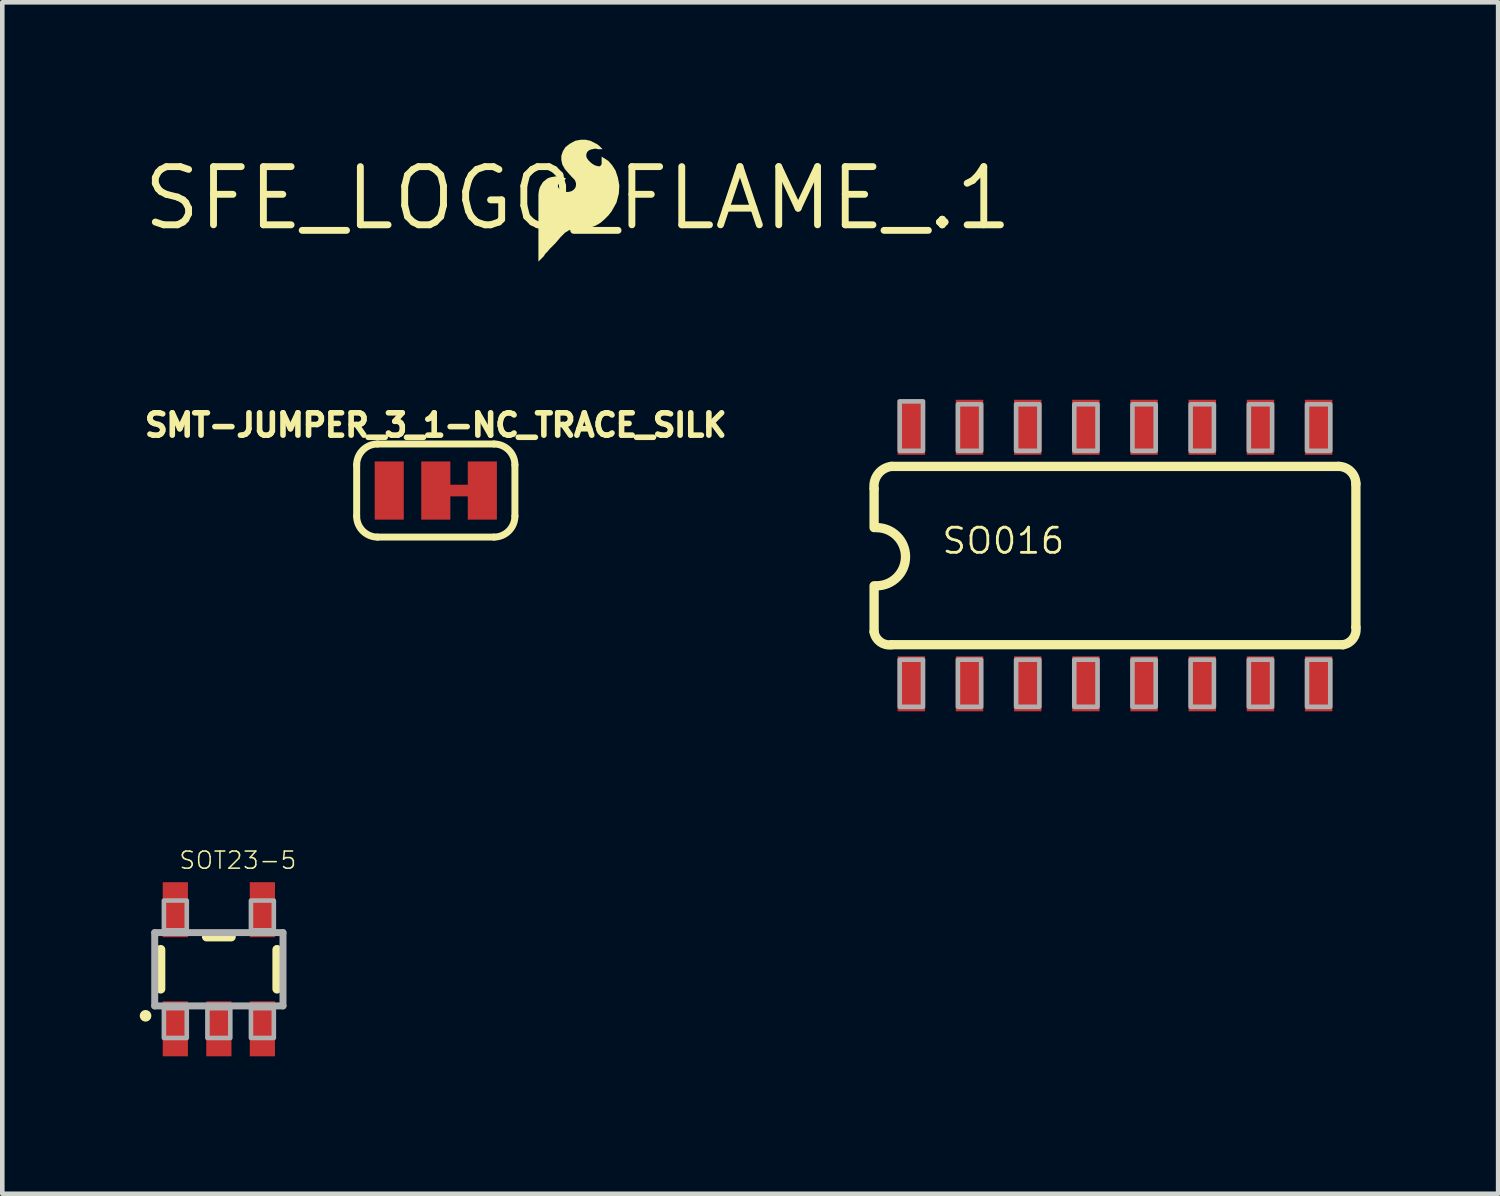
<source format=kicad_pcb>
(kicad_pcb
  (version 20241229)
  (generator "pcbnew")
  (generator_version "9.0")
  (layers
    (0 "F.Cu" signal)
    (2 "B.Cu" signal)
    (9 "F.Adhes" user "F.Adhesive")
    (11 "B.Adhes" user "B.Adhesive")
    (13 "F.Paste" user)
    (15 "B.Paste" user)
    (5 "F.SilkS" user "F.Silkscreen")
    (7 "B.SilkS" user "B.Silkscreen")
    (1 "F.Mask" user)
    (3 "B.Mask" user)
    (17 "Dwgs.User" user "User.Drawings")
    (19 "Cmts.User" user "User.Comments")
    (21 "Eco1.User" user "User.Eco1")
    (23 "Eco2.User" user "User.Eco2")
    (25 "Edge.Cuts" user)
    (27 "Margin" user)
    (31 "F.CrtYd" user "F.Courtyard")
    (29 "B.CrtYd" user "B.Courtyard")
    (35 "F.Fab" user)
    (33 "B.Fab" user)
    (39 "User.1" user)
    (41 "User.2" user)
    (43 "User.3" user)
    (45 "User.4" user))
  (footprint "SFE_LOGO_FLAME_.1"
    (layer "F.Cu")
    (at 9.563 1.277)
    (property "Reference" "SFE_LOGO_FLAME_.1" (at 0 0 0) (layer "F.SilkS") (effects (font (size 1.27 1.27) (thickness 0.15))))
    (fp_poly (pts (xy 0.27 -1.255) (xy 0.417 -1.182) (xy 0.462 -1.148) (xy 0.539 -1.071) (xy 0.428 -1.071) (xy 0.408 -1.081) (xy 0.362 -1.081) (xy 0.325 -1.072) (xy 0.279 -1.063) (xy 0.247 -1.046) (xy 0.215 -1.022) (xy 0.2 -1) (xy 0.192 -0.984) (xy 0.185 -0.963) (xy 0.185 -0.914) (xy 0.192 -0.885) (xy 0.227 -0.833) (xy 0.282 -0.778) (xy 0.319 -0.75) (xy 0.346 -0.732) (xy 0.38 -0.715) (xy 0.452 -0.697) (xy 0.471 -0.697) (xy 0.486 -0.702) (xy 0.506 -0.722) (xy 0.512 -0.734) (xy 0.519 -0.755) (xy 0.519 -0.908) (xy 0.662 -0.818) (xy 0.748 -0.722) (xy 0.822 -0.605) (xy 0.874 -0.449) (xy 0.905 -0.281) (xy 0.895 -0.103) (xy 0.843 0.095) (xy 0.739 0.282) (xy 0.666 0.376) (xy 0.583 0.459) (xy 0.5 0.532) (xy 0.394 0.595) (xy 0.289 0.637) (xy 0.175 0.668) (xy 0.05 0.689) (xy -0.14 0.689) (xy -0.19 0.697) (xy -0.279 0.751) (xy -0.375 0.847) (xy -0.495 0.987) (xy -0.615 1.107) (xy -0.665 1.167) (xy -0.713 1.215) (xy -0.743 1.265) (xy -0.861 1.383) (xy -0.861 -0.081) (xy -0.85 -0.167) (xy -0.828 -0.244) (xy -0.762 -0.354) (xy -0.706 -0.399) (xy -0.662 -0.433) (xy -0.604 -0.456) (xy -0.55 -0.466) (xy -0.486 -0.477) (xy -0.354 -0.477) (xy -0.259 -0.429) (xy -0.31 -0.378) (xy -0.358 -0.354) (xy -0.382 -0.346) (xy -0.43 -0.298) (xy -0.435 -0.283) (xy -0.435 -0.255) (xy -0.428 -0.236) (xy -0.413 -0.213) (xy -0.362 -0.161) (xy -0.322 -0.146) (xy -0.279 -0.137) (xy -0.208 -0.137) (xy -0.139 -0.154) (xy -0.089 -0.187) (xy -0.057 -0.227) (xy -0.041 -0.275) (xy -0.041 -0.332) (xy -0.066 -0.398) (xy -0.131 -0.463) (xy -0.212 -0.554) (xy -0.284 -0.637) (xy -0.339 -0.735) (xy -0.361 -0.835) (xy -0.361 -0.925) (xy -0.328 -1.025) (xy -0.272 -1.115) (xy -0.174 -1.191) (xy -0.056 -1.255) (xy 0.064 -1.277) (xy 0.171 -1.277)) (stroke (width 0) (type default)) (fill yes) (layer "F.SilkS")))
  (footprint "SO016"
    (layer "F.Cu")
    (at 21.287 9.076)
    (property "Reference" "SO016" (at -3.81 0 0) (unlocked yes) (layer "F.SilkS") (effects (font (size 0.549 0.549) (thickness 0.061)) (justify left bottom)))
    (fp_line (start -5.258 -1.453) (end -5.258 -0.61) (stroke (width 0.203) (type solid)) (layer "F.SilkS"))
    (fp_line (start -5.258 1.665) (end -5.258 0.66) (stroke (width 0.203) (type solid)) (layer "F.SilkS"))
    (fp_line (start -4.877 1.946) (end 4.977 1.946) (stroke (width 0.203) (type solid)) (layer "F.SilkS"))
    (fp_line (start 4.877 -1.946) (end -4.877 -1.946) (stroke (width 0.203) (type solid)) (layer "F.SilkS"))
    (fp_line (start 5.258 1.565) (end 5.258 -1.565) (stroke (width 0.203) (type solid)) (layer "F.SilkS"))
    (fp_arc (start -5.2578 -1.4653) (mid -5.166948 -1.784731) (end -4.8768 -1.9463) (stroke (width 0.2032) (type solid)) (layer "F.SilkS"))
    (fp_arc (start -5.207 -0.6096) (mid -4.572 0.0254) (end -5.207 0.6604) (stroke (width 0.2032) (type solid)) (layer "F.SilkS"))
    (fp_arc (start -4.876799 1.946301) (mid -5.12554 1.884767) (end -5.2578 1.6653) (stroke (width 0.2032) (type solid)) (layer "F.SilkS"))
    (fp_arc (start 4.8768 -1.9463) (mid 5.146237 -1.834736) (end 5.2578 -1.565298) (stroke (width 0.2032) (type solid)) (layer "F.SilkS"))
    (fp_arc (start 5.2578 1.5653) (mid 5.196208 1.813997) (end 4.9768 1.9463) (stroke (width 0.2032) (type solid)) (layer "F.SilkS"))
    (fp_poly (pts (xy -4.699 -2.286) (xy -4.191 -2.286) (xy -4.191 -3.365) (xy -4.699 -3.365)) (stroke (width 0.1) (type default)) (fill no) (layer "F.Fab"))
    (fp_poly (pts (xy -4.699 3.302) (xy -4.191 3.302) (xy -4.191 2.273) (xy -4.699 2.273)) (stroke (width 0.1) (type default)) (fill no) (layer "F.Fab"))
    (fp_poly (pts (xy -3.429 -2.286) (xy -2.921 -2.286) (xy -2.921 -3.302) (xy -3.429 -3.302)) (stroke (width 0.1) (type default)) (fill no) (layer "F.Fab"))
    (fp_poly (pts (xy -3.429 3.302) (xy -2.921 3.302) (xy -2.921 2.273) (xy -3.429 2.273)) (stroke (width 0.1) (type default)) (fill no) (layer "F.Fab"))
    (fp_poly (pts (xy -2.159 -2.286) (xy -1.651 -2.286) (xy -1.651 -3.302) (xy -2.159 -3.302)) (stroke (width 0.1) (type default)) (fill no) (layer "F.Fab"))
    (fp_poly (pts (xy -2.159 3.302) (xy -1.651 3.302) (xy -1.651 2.273) (xy -2.159 2.273)) (stroke (width 0.1) (type default)) (fill no) (layer "F.Fab"))
    (fp_poly (pts (xy -0.889 -2.286) (xy -0.381 -2.286) (xy -0.381 -3.302) (xy -0.889 -3.302)) (stroke (width 0.1) (type default)) (fill no) (layer "F.Fab"))
    (fp_poly (pts (xy -0.889 3.302) (xy -0.381 3.302) (xy -0.381 2.273) (xy -0.889 2.273)) (stroke (width 0.1) (type default)) (fill no) (layer "F.Fab"))
    (fp_poly (pts (xy 0.381 -2.286) (xy 0.889 -2.286) (xy 0.889 -3.302) (xy 0.381 -3.302)) (stroke (width 0.1) (type default)) (fill no) (layer "F.Fab"))
    (fp_poly (pts (xy 0.381 3.302) (xy 0.889 3.302) (xy 0.889 2.273) (xy 0.381 2.273)) (stroke (width 0.1) (type default)) (fill no) (layer "F.Fab"))
    (fp_poly (pts (xy 1.651 -2.286) (xy 2.159 -2.286) (xy 2.159 -3.302) (xy 1.651 -3.302)) (stroke (width 0.1) (type default)) (fill no) (layer "F.Fab"))
    (fp_poly (pts (xy 1.651 3.302) (xy 2.159 3.302) (xy 2.159 2.273) (xy 1.651 2.273)) (stroke (width 0.1) (type default)) (fill no) (layer "F.Fab"))
    (fp_poly (pts (xy 2.921 -2.286) (xy 3.429 -2.286) (xy 3.429 -3.302) (xy 2.921 -3.302)) (stroke (width 0.1) (type default)) (fill no) (layer "F.Fab"))
    (fp_poly (pts (xy 2.921 3.302) (xy 3.429 3.302) (xy 3.429 2.273) (xy 2.921 2.273)) (stroke (width 0.1) (type default)) (fill no) (layer "F.Fab"))
    (fp_poly (pts (xy 4.191 -2.286) (xy 4.699 -2.286) (xy 4.699 -3.302) (xy 4.191 -3.302)) (stroke (width 0.1) (type default)) (fill no) (layer "F.Fab"))
    (fp_poly (pts (xy 4.191 3.302) (xy 4.699 3.302) (xy 4.699 2.273) (xy 4.191 2.273)) (stroke (width 0.1) (type default)) (fill no) (layer "F.Fab"))
    (pad "1" smd rect (at -4.445 2.8) (size 0.6 1.2) (layers "F.Cu" "F.Mask" "F.Paste"))
    (pad "2" smd rect (at -3.175 2.8) (size 0.6 1.2) (layers "F.Cu" "F.Mask" "F.Paste"))
    (pad "3" smd rect (at -1.905 2.8) (size 0.6 1.2) (layers "F.Cu" "F.Mask" "F.Paste"))
    (pad "4" smd rect (at -0.635 2.8) (size 0.6 1.2) (layers "F.Cu" "F.Mask" "F.Paste"))
    (pad "5" smd rect (at 0.635 2.8) (size 0.6 1.2) (layers "F.Cu" "F.Mask" "F.Paste"))
    (pad "6" smd rect (at 1.905 2.8) (size 0.6 1.2) (layers "F.Cu" "F.Mask" "F.Paste"))
    (pad "7" smd rect (at 3.175 2.8) (size 0.6 1.2) (layers "F.Cu" "F.Mask" "F.Paste"))
    (pad "8" smd rect (at 4.445 2.8) (size 0.6 1.2) (layers "F.Cu" "F.Mask" "F.Paste"))
    (pad "9" smd rect (at 4.445 -2.8) (size 0.6 1.2) (layers "F.Cu" "F.Mask" "F.Paste"))
    (pad "10" smd rect (at 3.175 -2.8) (size 0.6 1.2) (layers "F.Cu" "F.Mask" "F.Paste"))
    (pad "11" smd rect (at 1.905 -2.8) (size 0.6 1.2) (layers "F.Cu" "F.Mask" "F.Paste"))
    (pad "12" smd rect (at 0.635 -2.8) (size 0.6 1.2) (layers "F.Cu" "F.Mask" "F.Paste"))
    (pad "13" smd rect (at -0.635 -2.8) (size 0.6 1.2) (layers "F.Cu" "F.Mask" "F.Paste"))
    (pad "14" smd rect (at -1.905 -2.8) (size 0.6 1.2) (layers "F.Cu" "F.Mask" "F.Paste"))
    (pad "15" smd rect (at -3.175 -2.8) (size 0.6 1.2) (layers "F.Cu" "F.Mask" "F.Paste"))
    (pad "16" smd rect (at -4.445 -2.8) (size 0.6 1.2) (layers "F.Cu" "F.Mask" "F.Paste")))
  (footprint "SMT-JUMPER_3_1-NC_TRACE_SILK"
    (layer "F.Cu")
    (at 6.462 7.657)
    (property "Reference" "SMT-JUMPER_3_1-NC_TRACE_SILK" (at 0 -1.143 0) (unlocked yes) (layer "F.SilkS") (effects (font (size 0.488 0.488) (thickness 0.122)) (justify bottom)))
    (fp_poly (pts (xy 0.305 0.127) (xy 0.711 0.127) (xy 0.711 -0.127) (xy 0.305 -0.127)) (stroke (width 0) (type default)) (fill yes) (layer "F.Cu"))
    (fp_poly (pts (xy 0.762 0.191) (xy 0.254 0.191) (xy 0.254 -0.191) (xy 0.762 -0.191)) (stroke (width 0) (type default)) (fill yes) (layer "F.Mask"))
    (fp_line (start -1.727 0.559) (end -1.727 -0.559) (stroke (width 0.152) (type solid)) (layer "F.SilkS"))
    (fp_line (start -1.27 -1.016) (end 1.27 -1.016) (stroke (width 0.152) (type solid)) (layer "F.SilkS"))
    (fp_line (start 1.27 1.016) (end -1.27 1.016) (stroke (width 0.152) (type solid)) (layer "F.SilkS"))
    (fp_line (start 1.727 0.559) (end 1.727 -0.559) (stroke (width 0.152) (type solid)) (layer "F.SilkS"))
    (fp_arc (start -1.7272 -0.5588) (mid -1.593289 -0.882089) (end -1.27 -1.016) (stroke (width 0.1524) (type solid)) (layer "F.SilkS"))
    (fp_arc (start -1.27 1.016) (mid -1.593289 0.882089) (end -1.7272 0.5588) (stroke (width 0.1524) (type solid)) (layer "F.SilkS"))
    (fp_arc (start 1.27 -1.016) (mid 1.593289 -0.882089) (end 1.7272 -0.5588) (stroke (width 0.1524) (type solid)) (layer "F.SilkS"))
    (fp_arc (start 1.7272 0.5588) (mid 1.593289 0.882089) (end 1.27 1.016) (stroke (width 0.1524) (type solid)) (layer "F.SilkS"))
    (pad "1" smd rect (at -1.016 0) (size 0.635 1.27) (layers "F.Cu" "F.Mask"))
    (pad "2" smd rect (at 0 0) (size 0.635 1.27) (layers "F.Cu" "F.Mask"))
    (pad "3" smd rect (at 1.016 0) (size 0.635 1.27) (layers "F.Cu" "F.Mask")))
  (footprint "SOT23-5"
    (layer "F.Cu")
    (at 1.727 18.106)
    (property "Reference" "SOT23-5" (at -0.889 -2.159 0) (unlocked yes) (layer "F.SilkS") (effects (font (size 0.374 0.374) (thickness 0.033)) (justify left bottom)))
    (fp_line (start -1.27 0.429) (end -1.27 -0.429) (stroke (width 0.203) (type solid)) (layer "F.SilkS"))
    (fp_line (start -0.268 -0.709) (end 0.268 -0.709) (stroke (width 0.203) (type solid)) (layer "F.SilkS"))
    (fp_line (start 1.27 -0.429) (end 1.27 0.429) (stroke (width 0.203) (type solid)) (layer "F.SilkS"))
    (fp_circle (center -1.6 1.016) (end -1.537 1.016) (stroke (width 0.127) (type solid)) (fill yes) (layer "F.SilkS"))
    (fp_line (start -1.4 -0.8) (end -1.4 0.8) (stroke (width 0.152) (type solid)) (layer "F.Fab"))
    (fp_line (start -1.4 -0.8) (end 1.4 -0.8) (stroke (width 0.152) (type solid)) (layer "F.Fab"))
    (fp_line (start 1.4 -0.8) (end 1.4 0.8) (stroke (width 0.152) (type solid)) (layer "F.Fab"))
    (fp_line (start 1.4 0.8) (end -1.4 0.8) (stroke (width 0.152) (type solid)) (layer "F.Fab"))
    (fp_poly (pts (xy -1.2 -0.85) (xy -0.7 -0.85) (xy -0.7 -1.5) (xy -1.2 -1.5)) (stroke (width 0.1) (type default)) (fill no) (layer "F.Fab"))
    (fp_poly (pts (xy -1.2 1.5) (xy -0.7 1.5) (xy -0.7 0.85) (xy -1.2 0.85)) (stroke (width 0.1) (type default)) (fill no) (layer "F.Fab"))
    (fp_poly (pts (xy -0.25 1.5) (xy 0.25 1.5) (xy 0.25 0.85) (xy -0.25 0.85)) (stroke (width 0.1) (type default)) (fill no) (layer "F.Fab"))
    (fp_poly (pts (xy 0.7 -0.85) (xy 1.2 -0.85) (xy 1.2 -1.5) (xy 0.7 -1.5)) (stroke (width 0.1) (type default)) (fill no) (layer "F.Fab"))
    (fp_poly (pts (xy 0.7 1.5) (xy 1.2 1.5) (xy 1.2 0.85) (xy 0.7 0.85)) (stroke (width 0.1) (type default)) (fill no) (layer "F.Fab"))
    (pad "1" smd rect (at -0.95 1.3) (size 0.55 1.2) (layers "F.Cu" "F.Mask" "F.Paste"))
    (pad "2" smd rect (at 0 1.3) (size 0.55 1.2) (layers "F.Cu" "F.Mask" "F.Paste"))
    (pad "3" smd rect (at 0.95 1.3) (size 0.55 1.2) (layers "F.Cu" "F.Mask" "F.Paste"))
    (pad "4" smd rect (at 0.95 -1.3) (size 0.55 1.2) (layers "F.Cu" "F.Mask" "F.Paste"))
    (pad "5" smd rect (at -0.95 -1.3) (size 0.55 1.2) (layers "F.Cu" "F.Mask" "F.Paste")))
  (gr_rect
    (start -3 -3)
    (end 29.65 23.006)
    (stroke (width 0.1) (type default))
    (fill no)
    (layer "Edge.Cuts")))
</source>
